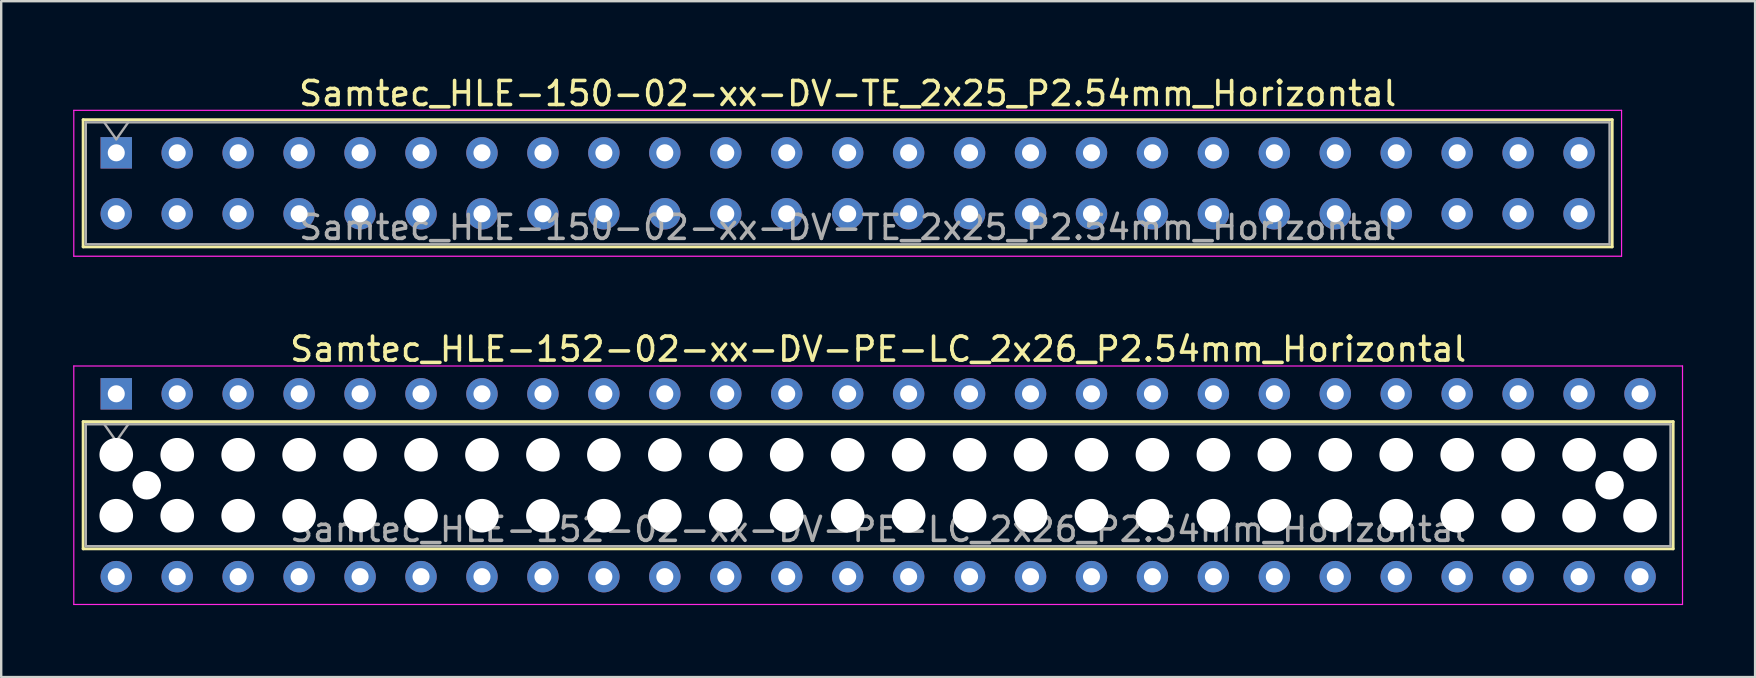
<source format=kicad_pcb>
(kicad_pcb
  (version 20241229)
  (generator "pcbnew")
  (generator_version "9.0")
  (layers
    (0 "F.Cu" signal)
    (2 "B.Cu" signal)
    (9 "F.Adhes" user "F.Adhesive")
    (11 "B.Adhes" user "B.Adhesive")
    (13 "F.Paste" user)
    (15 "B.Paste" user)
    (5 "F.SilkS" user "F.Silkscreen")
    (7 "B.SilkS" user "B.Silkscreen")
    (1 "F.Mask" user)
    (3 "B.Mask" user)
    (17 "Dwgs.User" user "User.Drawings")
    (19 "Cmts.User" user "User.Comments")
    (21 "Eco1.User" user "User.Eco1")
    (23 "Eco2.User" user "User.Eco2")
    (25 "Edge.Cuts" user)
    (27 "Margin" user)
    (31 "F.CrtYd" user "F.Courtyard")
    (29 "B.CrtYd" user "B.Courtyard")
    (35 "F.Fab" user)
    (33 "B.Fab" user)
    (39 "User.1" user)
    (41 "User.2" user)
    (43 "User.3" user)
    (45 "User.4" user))
  (footprint "Samtec_HLE-150-02-xx-DV-TE_2x25_P2.54mm_Horizontal"
    (layer "F.Cu")
    (at 1.795 3.318)
    (property "Reference" "Samtec_HLE-150-02-xx-DV-TE_2x25_P2.54mm_Horizontal" (at 30.48 -2.47 0) (layer "F.SilkS") (effects (font (size 1 1) (thickness 0.15))))
    (attr through_hole)
    (fp_line (start -1.38 -1.38) (end 62.34 -1.38) (stroke (width 0.12) (type solid)) (layer "F.SilkS"))
    (fp_line (start -1.38 3.92) (end -1.38 -1.38) (stroke (width 0.12) (type solid)) (layer "F.SilkS"))
    (fp_line (start 62.34 -1.38) (end 62.34 3.92) (stroke (width 0.12) (type solid)) (layer "F.SilkS"))
    (fp_line (start 62.34 3.92) (end -1.38 3.92) (stroke (width 0.12) (type solid)) (layer "F.SilkS"))
    (fp_line (start -1.77 -1.77) (end 62.73 -1.77) (stroke (width 0.05) (type solid)) (layer "F.CrtYd"))
    (fp_line (start -1.77 4.31) (end -1.77 -1.77) (stroke (width 0.05) (type solid)) (layer "F.CrtYd"))
    (fp_line (start 62.73 -1.77) (end 62.73 4.31) (stroke (width 0.05) (type solid)) (layer "F.CrtYd"))
    (fp_line (start 62.73 4.31) (end -1.77 4.31) (stroke (width 0.05) (type solid)) (layer "F.CrtYd"))
    (fp_line (start -1.27 -1.27) (end 62.23 -1.27) (stroke (width 0.1) (type solid)) (layer "F.Fab"))
    (fp_line (start -1.27 3.81) (end -1.27 -1.27) (stroke (width 0.1) (type solid)) (layer "F.Fab"))
    (fp_line (start -0.5 -1.27) (end 0 -0.563) (stroke (width 0.1) (type solid)) (layer "F.Fab"))
    (fp_line (start 0 -0.563) (end 0.5 -1.27) (stroke (width 0.1) (type solid)) (layer "F.Fab"))
    (fp_line (start 62.23 -1.27) (end 62.23 3.81) (stroke (width 0.1) (type solid)) (layer "F.Fab"))
    (fp_line (start 62.23 3.81) (end -1.27 3.81) (stroke (width 0.1) (type solid)) (layer "F.Fab"))
    (fp_text user "${REFERENCE}" (at 30.48 3.11 0) (layer "F.Fab") (effects (font (size 1 1) (thickness 0.15))))
    (pad "1" thru_hole rect (at 0 0) (size 1.31 1.31) (drill 0.71) (layers "*.Cu" "*.Mask"))
    (pad "2" thru_hole circle (at 0 2.54) (size 1.31 1.31) (drill 0.71) (layers "*.Cu" "*.Mask"))
    (pad "3" thru_hole circle (at 2.54 0) (size 1.31 1.31) (drill 0.71) (layers "*.Cu" "*.Mask"))
    (pad "4" thru_hole circle (at 2.54 2.54) (size 1.31 1.31) (drill 0.71) (layers "*.Cu" "*.Mask"))
    (pad "5" thru_hole circle (at 5.08 0) (size 1.31 1.31) (drill 0.71) (layers "*.Cu" "*.Mask"))
    (pad "6" thru_hole circle (at 5.08 2.54) (size 1.31 1.31) (drill 0.71) (layers "*.Cu" "*.Mask"))
    (pad "7" thru_hole circle (at 7.62 0) (size 1.31 1.31) (drill 0.71) (layers "*.Cu" "*.Mask"))
    (pad "8" thru_hole circle (at 7.62 2.54) (size 1.31 1.31) (drill 0.71) (layers "*.Cu" "*.Mask"))
    (pad "9" thru_hole circle (at 10.16 0) (size 1.31 1.31) (drill 0.71) (layers "*.Cu" "*.Mask"))
    (pad "10" thru_hole circle (at 10.16 2.54) (size 1.31 1.31) (drill 0.71) (layers "*.Cu" "*.Mask"))
    (pad "11" thru_hole circle (at 12.7 0) (size 1.31 1.31) (drill 0.71) (layers "*.Cu" "*.Mask"))
    (pad "12" thru_hole circle (at 12.7 2.54) (size 1.31 1.31) (drill 0.71) (layers "*.Cu" "*.Mask"))
    (pad "13" thru_hole circle (at 15.24 0) (size 1.31 1.31) (drill 0.71) (layers "*.Cu" "*.Mask"))
    (pad "14" thru_hole circle (at 15.24 2.54) (size 1.31 1.31) (drill 0.71) (layers "*.Cu" "*.Mask"))
    (pad "15" thru_hole circle (at 17.78 0) (size 1.31 1.31) (drill 0.71) (layers "*.Cu" "*.Mask"))
    (pad "16" thru_hole circle (at 17.78 2.54) (size 1.31 1.31) (drill 0.71) (layers "*.Cu" "*.Mask"))
    (pad "17" thru_hole circle (at 20.32 0) (size 1.31 1.31) (drill 0.71) (layers "*.Cu" "*.Mask"))
    (pad "18" thru_hole circle (at 20.32 2.54) (size 1.31 1.31) (drill 0.71) (layers "*.Cu" "*.Mask"))
    (pad "19" thru_hole circle (at 22.86 0) (size 1.31 1.31) (drill 0.71) (layers "*.Cu" "*.Mask"))
    (pad "20" thru_hole circle (at 22.86 2.54) (size 1.31 1.31) (drill 0.71) (layers "*.Cu" "*.Mask"))
    (pad "21" thru_hole circle (at 25.4 0) (size 1.31 1.31) (drill 0.71) (layers "*.Cu" "*.Mask"))
    (pad "22" thru_hole circle (at 25.4 2.54) (size 1.31 1.31) (drill 0.71) (layers "*.Cu" "*.Mask"))
    (pad "23" thru_hole circle (at 27.94 0) (size 1.31 1.31) (drill 0.71) (layers "*.Cu" "*.Mask"))
    (pad "24" thru_hole circle (at 27.94 2.54) (size 1.31 1.31) (drill 0.71) (layers "*.Cu" "*.Mask"))
    (pad "25" thru_hole circle (at 30.48 0) (size 1.31 1.31) (drill 0.71) (layers "*.Cu" "*.Mask"))
    (pad "26" thru_hole circle (at 30.48 2.54) (size 1.31 1.31) (drill 0.71) (layers "*.Cu" "*.Mask"))
    (pad "27" thru_hole circle (at 33.02 0) (size 1.31 1.31) (drill 0.71) (layers "*.Cu" "*.Mask"))
    (pad "28" thru_hole circle (at 33.02 2.54) (size 1.31 1.31) (drill 0.71) (layers "*.Cu" "*.Mask"))
    (pad "29" thru_hole circle (at 35.56 0) (size 1.31 1.31) (drill 0.71) (layers "*.Cu" "*.Mask"))
    (pad "30" thru_hole circle (at 35.56 2.54) (size 1.31 1.31) (drill 0.71) (layers "*.Cu" "*.Mask"))
    (pad "31" thru_hole circle (at 38.1 0) (size 1.31 1.31) (drill 0.71) (layers "*.Cu" "*.Mask"))
    (pad "32" thru_hole circle (at 38.1 2.54) (size 1.31 1.31) (drill 0.71) (layers "*.Cu" "*.Mask"))
    (pad "33" thru_hole circle (at 40.64 0) (size 1.31 1.31) (drill 0.71) (layers "*.Cu" "*.Mask"))
    (pad "34" thru_hole circle (at 40.64 2.54) (size 1.31 1.31) (drill 0.71) (layers "*.Cu" "*.Mask"))
    (pad "35" thru_hole circle (at 43.18 0) (size 1.31 1.31) (drill 0.71) (layers "*.Cu" "*.Mask"))
    (pad "36" thru_hole circle (at 43.18 2.54) (size 1.31 1.31) (drill 0.71) (layers "*.Cu" "*.Mask"))
    (pad "37" thru_hole circle (at 45.72 0) (size 1.31 1.31) (drill 0.71) (layers "*.Cu" "*.Mask"))
    (pad "38" thru_hole circle (at 45.72 2.54) (size 1.31 1.31) (drill 0.71) (layers "*.Cu" "*.Mask"))
    (pad "39" thru_hole circle (at 48.26 0) (size 1.31 1.31) (drill 0.71) (layers "*.Cu" "*.Mask"))
    (pad "40" thru_hole circle (at 48.26 2.54) (size 1.31 1.31) (drill 0.71) (layers "*.Cu" "*.Mask"))
    (pad "41" thru_hole circle (at 50.8 0) (size 1.31 1.31) (drill 0.71) (layers "*.Cu" "*.Mask"))
    (pad "42" thru_hole circle (at 50.8 2.54) (size 1.31 1.31) (drill 0.71) (layers "*.Cu" "*.Mask"))
    (pad "43" thru_hole circle (at 53.34 0) (size 1.31 1.31) (drill 0.71) (layers "*.Cu" "*.Mask"))
    (pad "44" thru_hole circle (at 53.34 2.54) (size 1.31 1.31) (drill 0.71) (layers "*.Cu" "*.Mask"))
    (pad "45" thru_hole circle (at 55.88 0) (size 1.31 1.31) (drill 0.71) (layers "*.Cu" "*.Mask"))
    (pad "46" thru_hole circle (at 55.88 2.54) (size 1.31 1.31) (drill 0.71) (layers "*.Cu" "*.Mask"))
    (pad "47" thru_hole circle (at 58.42 0) (size 1.31 1.31) (drill 0.71) (layers "*.Cu" "*.Mask"))
    (pad "48" thru_hole circle (at 58.42 2.54) (size 1.31 1.31) (drill 0.71) (layers "*.Cu" "*.Mask"))
    (pad "49" thru_hole circle (at 60.96 0) (size 1.31 1.31) (drill 0.71) (layers "*.Cu" "*.Mask"))
    (pad "50" thru_hole circle (at 60.96 2.54) (size 1.31 1.31) (drill 0.71) (layers "*.Cu" "*.Mask")))
  (footprint "Samtec_HLE-152-02-xx-DV-PE-LC_2x26_P2.54mm_Horizontal"
    (layer "F.Cu")
    (at 1.795 13.361)
    (property "Reference" "Samtec_HLE-152-02-xx-DV-PE-LC_2x26_P2.54mm_Horizontal" (at 31.75 -1.86 0) (layer "F.SilkS") (effects (font (size 1 1) (thickness 0.15))))
    (attr through_hole)
    (fp_line (start -1.38 1.16) (end 64.88 1.16) (stroke (width 0.12) (type solid)) (layer "F.SilkS"))
    (fp_line (start -1.38 6.46) (end -1.38 1.16) (stroke (width 0.12) (type solid)) (layer "F.SilkS"))
    (fp_line (start 64.88 1.16) (end 64.88 6.46) (stroke (width 0.12) (type solid)) (layer "F.SilkS"))
    (fp_line (start 64.88 6.46) (end -1.38 6.46) (stroke (width 0.12) (type solid)) (layer "F.SilkS"))
    (fp_line (start -1.77 -1.16) (end 65.27 -1.16) (stroke (width 0.05) (type solid)) (layer "F.CrtYd"))
    (fp_line (start -1.77 8.78) (end -1.77 -1.16) (stroke (width 0.05) (type solid)) (layer "F.CrtYd"))
    (fp_line (start 65.27 -1.16) (end 65.27 8.78) (stroke (width 0.05) (type solid)) (layer "F.CrtYd"))
    (fp_line (start 65.27 8.78) (end -1.77 8.78) (stroke (width 0.05) (type solid)) (layer "F.CrtYd"))
    (fp_line (start -1.27 1.27) (end 64.77 1.27) (stroke (width 0.1) (type solid)) (layer "F.Fab"))
    (fp_line (start -1.27 6.35) (end -1.27 1.27) (stroke (width 0.1) (type solid)) (layer "F.Fab"))
    (fp_line (start -0.5 1.27) (end 0 1.977) (stroke (width 0.1) (type solid)) (layer "F.Fab"))
    (fp_line (start 0 1.977) (end 0.5 1.27) (stroke (width 0.1) (type solid)) (layer "F.Fab"))
    (fp_line (start 64.77 1.27) (end 64.77 6.35) (stroke (width 0.1) (type solid)) (layer "F.Fab"))
    (fp_line (start 64.77 6.35) (end -1.27 6.35) (stroke (width 0.1) (type solid)) (layer "F.Fab"))
    (fp_text user "${REFERENCE}" (at 31.75 5.65 0) (layer "F.Fab") (effects (font (size 1 1) (thickness 0.15))))
    (pad "" np_thru_hole circle (at 0 2.54) (size 1.4 1.4) (drill 1.4) (layers "*.Cu" "*.Mask"))
    (pad "" np_thru_hole circle (at 0 5.08) (size 1.4 1.4) (drill 1.4) (layers "*.Cu" "*.Mask"))
    (pad "" np_thru_hole circle (at 1.27 3.81) (size 1.19 1.19) (drill 1.19) (layers "*.Cu" "*.Mask"))
    (pad "" np_thru_hole circle (at 2.54 2.54) (size 1.4 1.4) (drill 1.4) (layers "*.Cu" "*.Mask"))
    (pad "" np_thru_hole circle (at 2.54 5.08) (size 1.4 1.4) (drill 1.4) (layers "*.Cu" "*.Mask"))
    (pad "" np_thru_hole circle (at 5.08 2.54) (size 1.4 1.4) (drill 1.4) (layers "*.Cu" "*.Mask"))
    (pad "" np_thru_hole circle (at 5.08 5.08) (size 1.4 1.4) (drill 1.4) (layers "*.Cu" "*.Mask"))
    (pad "" np_thru_hole circle (at 7.62 2.54) (size 1.4 1.4) (drill 1.4) (layers "*.Cu" "*.Mask"))
    (pad "" np_thru_hole circle (at 7.62 5.08) (size 1.4 1.4) (drill 1.4) (layers "*.Cu" "*.Mask"))
    (pad "" np_thru_hole circle (at 10.16 2.54) (size 1.4 1.4) (drill 1.4) (layers "*.Cu" "*.Mask"))
    (pad "" np_thru_hole circle (at 10.16 5.08) (size 1.4 1.4) (drill 1.4) (layers "*.Cu" "*.Mask"))
    (pad "" np_thru_hole circle (at 12.7 2.54) (size 1.4 1.4) (drill 1.4) (layers "*.Cu" "*.Mask"))
    (pad "" np_thru_hole circle (at 12.7 5.08) (size 1.4 1.4) (drill 1.4) (layers "*.Cu" "*.Mask"))
    (pad "" np_thru_hole circle (at 15.24 2.54) (size 1.4 1.4) (drill 1.4) (layers "*.Cu" "*.Mask"))
    (pad "" np_thru_hole circle (at 15.24 5.08) (size 1.4 1.4) (drill 1.4) (layers "*.Cu" "*.Mask"))
    (pad "" np_thru_hole circle (at 17.78 2.54) (size 1.4 1.4) (drill 1.4) (layers "*.Cu" "*.Mask"))
    (pad "" np_thru_hole circle (at 17.78 5.08) (size 1.4 1.4) (drill 1.4) (layers "*.Cu" "*.Mask"))
    (pad "" np_thru_hole circle (at 20.32 2.54) (size 1.4 1.4) (drill 1.4) (layers "*.Cu" "*.Mask"))
    (pad "" np_thru_hole circle (at 20.32 5.08) (size 1.4 1.4) (drill 1.4) (layers "*.Cu" "*.Mask"))
    (pad "" np_thru_hole circle (at 22.86 2.54) (size 1.4 1.4) (drill 1.4) (layers "*.Cu" "*.Mask"))
    (pad "" np_thru_hole circle (at 22.86 5.08) (size 1.4 1.4) (drill 1.4) (layers "*.Cu" "*.Mask"))
    (pad "" np_thru_hole circle (at 25.4 2.54) (size 1.4 1.4) (drill 1.4) (layers "*.Cu" "*.Mask"))
    (pad "" np_thru_hole circle (at 25.4 5.08) (size 1.4 1.4) (drill 1.4) (layers "*.Cu" "*.Mask"))
    (pad "" np_thru_hole circle (at 27.94 2.54) (size 1.4 1.4) (drill 1.4) (layers "*.Cu" "*.Mask"))
    (pad "" np_thru_hole circle (at 27.94 5.08) (size 1.4 1.4) (drill 1.4) (layers "*.Cu" "*.Mask"))
    (pad "" np_thru_hole circle (at 30.48 2.54) (size 1.4 1.4) (drill 1.4) (layers "*.Cu" "*.Mask"))
    (pad "" np_thru_hole circle (at 30.48 5.08) (size 1.4 1.4) (drill 1.4) (layers "*.Cu" "*.Mask"))
    (pad "" np_thru_hole circle (at 33.02 2.54) (size 1.4 1.4) (drill 1.4) (layers "*.Cu" "*.Mask"))
    (pad "" np_thru_hole circle (at 33.02 5.08) (size 1.4 1.4) (drill 1.4) (layers "*.Cu" "*.Mask"))
    (pad "" np_thru_hole circle (at 35.56 2.54) (size 1.4 1.4) (drill 1.4) (layers "*.Cu" "*.Mask"))
    (pad "" np_thru_hole circle (at 35.56 5.08) (size 1.4 1.4) (drill 1.4) (layers "*.Cu" "*.Mask"))
    (pad "" np_thru_hole circle (at 38.1 2.54) (size 1.4 1.4) (drill 1.4) (layers "*.Cu" "*.Mask"))
    (pad "" np_thru_hole circle (at 38.1 5.08) (size 1.4 1.4) (drill 1.4) (layers "*.Cu" "*.Mask"))
    (pad "" np_thru_hole circle (at 40.64 2.54) (size 1.4 1.4) (drill 1.4) (layers "*.Cu" "*.Mask"))
    (pad "" np_thru_hole circle (at 40.64 5.08) (size 1.4 1.4) (drill 1.4) (layers "*.Cu" "*.Mask"))
    (pad "" np_thru_hole circle (at 43.18 2.54) (size 1.4 1.4) (drill 1.4) (layers "*.Cu" "*.Mask"))
    (pad "" np_thru_hole circle (at 43.18 5.08) (size 1.4 1.4) (drill 1.4) (layers "*.Cu" "*.Mask"))
    (pad "" np_thru_hole circle (at 45.72 2.54) (size 1.4 1.4) (drill 1.4) (layers "*.Cu" "*.Mask"))
    (pad "" np_thru_hole circle (at 45.72 5.08) (size 1.4 1.4) (drill 1.4) (layers "*.Cu" "*.Mask"))
    (pad "" np_thru_hole circle (at 48.26 2.54) (size 1.4 1.4) (drill 1.4) (layers "*.Cu" "*.Mask"))
    (pad "" np_thru_hole circle (at 48.26 5.08) (size 1.4 1.4) (drill 1.4) (layers "*.Cu" "*.Mask"))
    (pad "" np_thru_hole circle (at 50.8 2.54) (size 1.4 1.4) (drill 1.4) (layers "*.Cu" "*.Mask"))
    (pad "" np_thru_hole circle (at 50.8 5.08) (size 1.4 1.4) (drill 1.4) (layers "*.Cu" "*.Mask"))
    (pad "" np_thru_hole circle (at 53.34 2.54) (size 1.4 1.4) (drill 1.4) (layers "*.Cu" "*.Mask"))
    (pad "" np_thru_hole circle (at 53.34 5.08) (size 1.4 1.4) (drill 1.4) (layers "*.Cu" "*.Mask"))
    (pad "" np_thru_hole circle (at 55.88 2.54) (size 1.4 1.4) (drill 1.4) (layers "*.Cu" "*.Mask"))
    (pad "" np_thru_hole circle (at 55.88 5.08) (size 1.4 1.4) (drill 1.4) (layers "*.Cu" "*.Mask"))
    (pad "" np_thru_hole circle (at 58.42 2.54) (size 1.4 1.4) (drill 1.4) (layers "*.Cu" "*.Mask"))
    (pad "" np_thru_hole circle (at 58.42 5.08) (size 1.4 1.4) (drill 1.4) (layers "*.Cu" "*.Mask"))
    (pad "" np_thru_hole circle (at 60.96 2.54) (size 1.4 1.4) (drill 1.4) (layers "*.Cu" "*.Mask"))
    (pad "" np_thru_hole circle (at 60.96 5.08) (size 1.4 1.4) (drill 1.4) (layers "*.Cu" "*.Mask"))
    (pad "" np_thru_hole circle (at 62.23 3.81) (size 1.19 1.19) (drill 1.19) (layers "*.Cu" "*.Mask"))
    (pad "" np_thru_hole circle (at 63.5 2.54) (size 1.4 1.4) (drill 1.4) (layers "*.Cu" "*.Mask"))
    (pad "" np_thru_hole circle (at 63.5 5.08) (size 1.4 1.4) (drill 1.4) (layers "*.Cu" "*.Mask"))
    (pad "1" thru_hole rect (at 0 0) (size 1.31 1.31) (drill 0.71) (layers "*.Cu" "*.Mask"))
    (pad "2" thru_hole circle (at 0 7.62) (size 1.31 1.31) (drill 0.71) (layers "*.Cu" "*.Mask"))
    (pad "3" thru_hole circle (at 2.54 0) (size 1.31 1.31) (drill 0.71) (layers "*.Cu" "*.Mask"))
    (pad "4" thru_hole circle (at 2.54 7.62) (size 1.31 1.31) (drill 0.71) (layers "*.Cu" "*.Mask"))
    (pad "5" thru_hole circle (at 5.08 0) (size 1.31 1.31) (drill 0.71) (layers "*.Cu" "*.Mask"))
    (pad "6" thru_hole circle (at 5.08 7.62) (size 1.31 1.31) (drill 0.71) (layers "*.Cu" "*.Mask"))
    (pad "7" thru_hole circle (at 7.62 0) (size 1.31 1.31) (drill 0.71) (layers "*.Cu" "*.Mask"))
    (pad "8" thru_hole circle (at 7.62 7.62) (size 1.31 1.31) (drill 0.71) (layers "*.Cu" "*.Mask"))
    (pad "9" thru_hole circle (at 10.16 0) (size 1.31 1.31) (drill 0.71) (layers "*.Cu" "*.Mask"))
    (pad "10" thru_hole circle (at 10.16 7.62) (size 1.31 1.31) (drill 0.71) (layers "*.Cu" "*.Mask"))
    (pad "11" thru_hole circle (at 12.7 0) (size 1.31 1.31) (drill 0.71) (layers "*.Cu" "*.Mask"))
    (pad "12" thru_hole circle (at 12.7 7.62) (size 1.31 1.31) (drill 0.71) (layers "*.Cu" "*.Mask"))
    (pad "13" thru_hole circle (at 15.24 0) (size 1.31 1.31) (drill 0.71) (layers "*.Cu" "*.Mask"))
    (pad "14" thru_hole circle (at 15.24 7.62) (size 1.31 1.31) (drill 0.71) (layers "*.Cu" "*.Mask"))
    (pad "15" thru_hole circle (at 17.78 0) (size 1.31 1.31) (drill 0.71) (layers "*.Cu" "*.Mask"))
    (pad "16" thru_hole circle (at 17.78 7.62) (size 1.31 1.31) (drill 0.71) (layers "*.Cu" "*.Mask"))
    (pad "17" thru_hole circle (at 20.32 0) (size 1.31 1.31) (drill 0.71) (layers "*.Cu" "*.Mask"))
    (pad "18" thru_hole circle (at 20.32 7.62) (size 1.31 1.31) (drill 0.71) (layers "*.Cu" "*.Mask"))
    (pad "19" thru_hole circle (at 22.86 0) (size 1.31 1.31) (drill 0.71) (layers "*.Cu" "*.Mask"))
    (pad "20" thru_hole circle (at 22.86 7.62) (size 1.31 1.31) (drill 0.71) (layers "*.Cu" "*.Mask"))
    (pad "21" thru_hole circle (at 25.4 0) (size 1.31 1.31) (drill 0.71) (layers "*.Cu" "*.Mask"))
    (pad "22" thru_hole circle (at 25.4 7.62) (size 1.31 1.31) (drill 0.71) (layers "*.Cu" "*.Mask"))
    (pad "23" thru_hole circle (at 27.94 0) (size 1.31 1.31) (drill 0.71) (layers "*.Cu" "*.Mask"))
    (pad "24" thru_hole circle (at 27.94 7.62) (size 1.31 1.31) (drill 0.71) (layers "*.Cu" "*.Mask"))
    (pad "25" thru_hole circle (at 30.48 0) (size 1.31 1.31) (drill 0.71) (layers "*.Cu" "*.Mask"))
    (pad "26" thru_hole circle (at 30.48 7.62) (size 1.31 1.31) (drill 0.71) (layers "*.Cu" "*.Mask"))
    (pad "27" thru_hole circle (at 33.02 0) (size 1.31 1.31) (drill 0.71) (layers "*.Cu" "*.Mask"))
    (pad "28" thru_hole circle (at 33.02 7.62) (size 1.31 1.31) (drill 0.71) (layers "*.Cu" "*.Mask"))
    (pad "29" thru_hole circle (at 35.56 0) (size 1.31 1.31) (drill 0.71) (layers "*.Cu" "*.Mask"))
    (pad "30" thru_hole circle (at 35.56 7.62) (size 1.31 1.31) (drill 0.71) (layers "*.Cu" "*.Mask"))
    (pad "31" thru_hole circle (at 38.1 0) (size 1.31 1.31) (drill 0.71) (layers "*.Cu" "*.Mask"))
    (pad "32" thru_hole circle (at 38.1 7.62) (size 1.31 1.31) (drill 0.71) (layers "*.Cu" "*.Mask"))
    (pad "33" thru_hole circle (at 40.64 0) (size 1.31 1.31) (drill 0.71) (layers "*.Cu" "*.Mask"))
    (pad "34" thru_hole circle (at 40.64 7.62) (size 1.31 1.31) (drill 0.71) (layers "*.Cu" "*.Mask"))
    (pad "35" thru_hole circle (at 43.18 0) (size 1.31 1.31) (drill 0.71) (layers "*.Cu" "*.Mask"))
    (pad "36" thru_hole circle (at 43.18 7.62) (size 1.31 1.31) (drill 0.71) (layers "*.Cu" "*.Mask"))
    (pad "37" thru_hole circle (at 45.72 0) (size 1.31 1.31) (drill 0.71) (layers "*.Cu" "*.Mask"))
    (pad "38" thru_hole circle (at 45.72 7.62) (size 1.31 1.31) (drill 0.71) (layers "*.Cu" "*.Mask"))
    (pad "39" thru_hole circle (at 48.26 0) (size 1.31 1.31) (drill 0.71) (layers "*.Cu" "*.Mask"))
    (pad "40" thru_hole circle (at 48.26 7.62) (size 1.31 1.31) (drill 0.71) (layers "*.Cu" "*.Mask"))
    (pad "41" thru_hole circle (at 50.8 0) (size 1.31 1.31) (drill 0.71) (layers "*.Cu" "*.Mask"))
    (pad "42" thru_hole circle (at 50.8 7.62) (size 1.31 1.31) (drill 0.71) (layers "*.Cu" "*.Mask"))
    (pad "43" thru_hole circle (at 53.34 0) (size 1.31 1.31) (drill 0.71) (layers "*.Cu" "*.Mask"))
    (pad "44" thru_hole circle (at 53.34 7.62) (size 1.31 1.31) (drill 0.71) (layers "*.Cu" "*.Mask"))
    (pad "45" thru_hole circle (at 55.88 0) (size 1.31 1.31) (drill 0.71) (layers "*.Cu" "*.Mask"))
    (pad "46" thru_hole circle (at 55.88 7.62) (size 1.31 1.31) (drill 0.71) (layers "*.Cu" "*.Mask"))
    (pad "47" thru_hole circle (at 58.42 0) (size 1.31 1.31) (drill 0.71) (layers "*.Cu" "*.Mask"))
    (pad "48" thru_hole circle (at 58.42 7.62) (size 1.31 1.31) (drill 0.71) (layers "*.Cu" "*.Mask"))
    (pad "49" thru_hole circle (at 60.96 0) (size 1.31 1.31) (drill 0.71) (layers "*.Cu" "*.Mask"))
    (pad "50" thru_hole circle (at 60.96 7.62) (size 1.31 1.31) (drill 0.71) (layers "*.Cu" "*.Mask"))
    (pad "51" thru_hole circle (at 63.5 0) (size 1.31 1.31) (drill 0.71) (layers "*.Cu" "*.Mask"))
    (pad "52" thru_hole circle (at 63.5 7.62) (size 1.31 1.31) (drill 0.71) (layers "*.Cu" "*.Mask")))
  (gr_rect
    (start -3 -3)
    (end 70.09 25.166)
    (stroke (width 0.1) (type default))
    (fill no)
    (layer "Edge.Cuts")))
</source>
